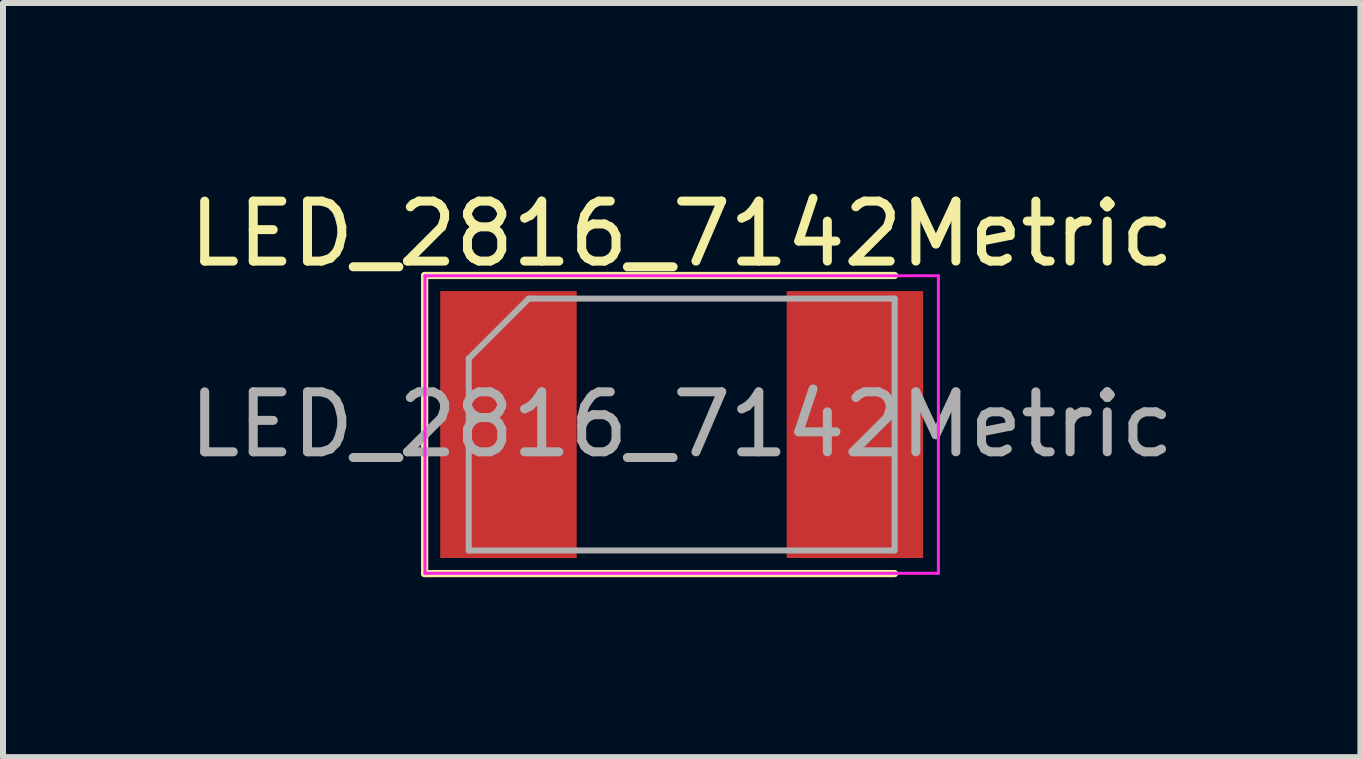
<source format=kicad_pcb>
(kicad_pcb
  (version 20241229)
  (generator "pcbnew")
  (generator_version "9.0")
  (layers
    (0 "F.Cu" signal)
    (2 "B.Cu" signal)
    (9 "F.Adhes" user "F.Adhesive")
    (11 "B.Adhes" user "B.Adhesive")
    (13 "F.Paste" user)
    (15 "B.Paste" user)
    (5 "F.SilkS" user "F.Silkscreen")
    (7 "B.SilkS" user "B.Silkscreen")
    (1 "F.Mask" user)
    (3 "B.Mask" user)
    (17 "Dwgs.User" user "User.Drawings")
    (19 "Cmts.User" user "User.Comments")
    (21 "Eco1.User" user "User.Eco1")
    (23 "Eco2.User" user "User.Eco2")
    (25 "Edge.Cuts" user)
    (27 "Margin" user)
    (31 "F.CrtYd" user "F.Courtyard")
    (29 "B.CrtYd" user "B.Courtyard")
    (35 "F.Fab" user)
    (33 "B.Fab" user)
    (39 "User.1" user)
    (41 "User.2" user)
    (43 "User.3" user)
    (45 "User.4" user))
  (footprint "LED_2816_7142Metric"
    (layer "F.Cu")
    (at 8.315 4.028)
    (property "Reference" "LED_2816_7142Metric" (at 0 -3.18 0) (layer "F.SilkS") (effects (font (size 1 1) (thickness 0.15))))
    (attr smd)
    (fp_line (start -4.285 -2.485) (end -4.285 2.485) (stroke (width 0.12) (type solid)) (layer "F.SilkS"))
    (fp_line (start -4.285 2.485) (end 3.55 2.485) (stroke (width 0.12) (type solid)) (layer "F.SilkS"))
    (fp_line (start 3.55 -2.485) (end -4.285 -2.485) (stroke (width 0.12) (type solid)) (layer "F.SilkS"))
    (fp_line (start -4.28 -2.48) (end 4.28 -2.48) (stroke (width 0.05) (type solid)) (layer "F.CrtYd"))
    (fp_line (start -4.28 2.48) (end -4.28 -2.48) (stroke (width 0.05) (type solid)) (layer "F.CrtYd"))
    (fp_line (start 4.28 -2.48) (end 4.28 2.48) (stroke (width 0.05) (type solid)) (layer "F.CrtYd"))
    (fp_line (start 4.28 2.48) (end -4.28 2.48) (stroke (width 0.05) (type solid)) (layer "F.CrtYd"))
    (fp_line (start -3.55 -1.1) (end -3.55 2.1) (stroke (width 0.1) (type solid)) (layer "F.Fab"))
    (fp_line (start -3.55 2.1) (end 3.55 2.1) (stroke (width 0.1) (type solid)) (layer "F.Fab"))
    (fp_line (start -2.55 -2.1) (end -3.55 -1.1) (stroke (width 0.1) (type solid)) (layer "F.Fab"))
    (fp_line (start 3.55 -2.1) (end -2.55 -2.1) (stroke (width 0.1) (type solid)) (layer "F.Fab"))
    (fp_line (start 3.55 2.1) (end 3.55 -2.1) (stroke (width 0.1) (type solid)) (layer "F.Fab"))
    (fp_text user "${REFERENCE}" (at 0 0 0) (layer "F.Fab") (effects (font (size 1 1) (thickness 0.15))))
    (pad "1" smd rect (at -2.888 0) (size 2.275 4.45) (layers "F.Cu" "F.Mask" "F.Paste"))
    (pad "2" smd rect (at 2.888 0) (size 2.275 4.45) (layers "F.Cu" "F.Mask" "F.Paste")))
  (gr_rect
    (start -3 -3)
    (end 19.631 9.573)
    (stroke (width 0.1) (type default))
    (fill no)
    (layer "Edge.Cuts")))
</source>
